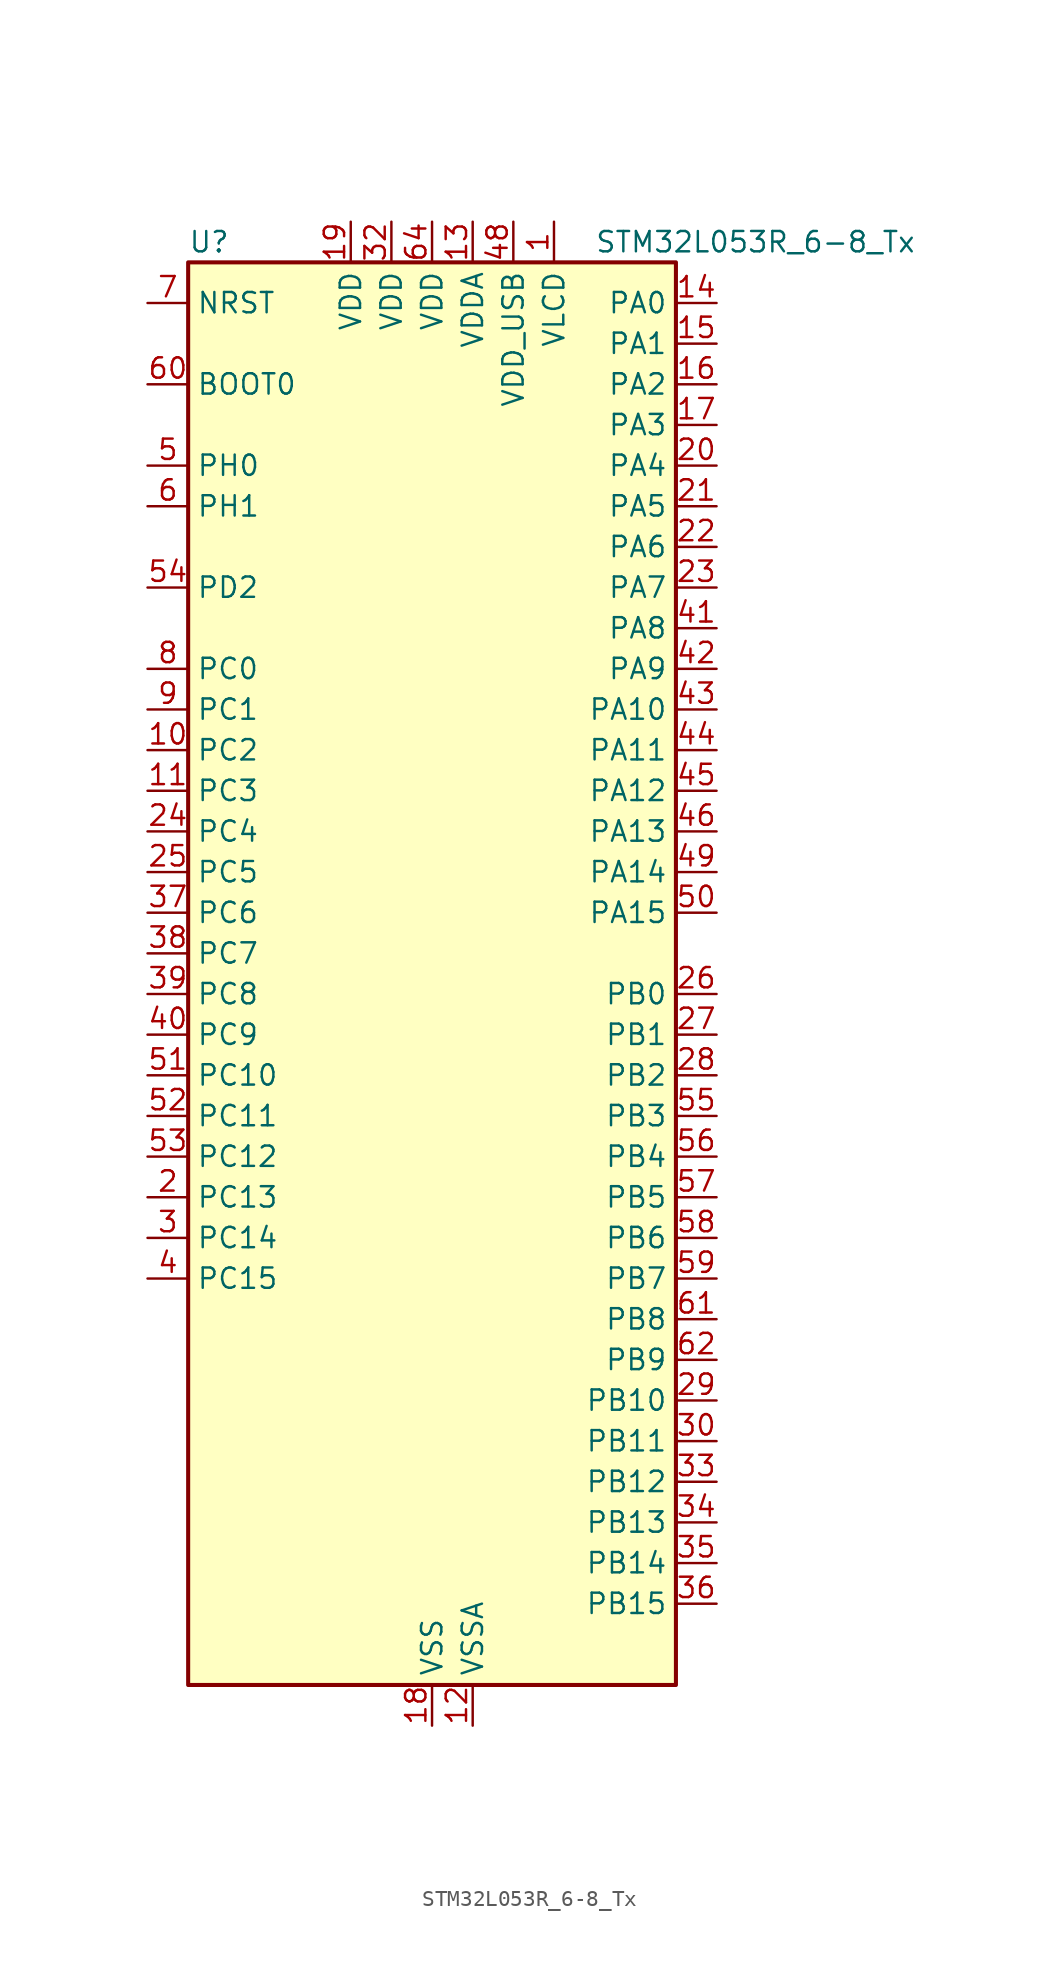
<source format=kicad_sym>
(kicad_symbol_lib
  (version 20231120)
  (generator "kicad_symbol_editor")
  (generator_version "8.0")
  (symbol "STM32L053R_6-8_Tx"
    (property "Reference" "U"
      (at -15.24 46.99 0)
      (effects (font (size 1.27 1.27)) (justify left)))
    (property "Value" "STM32L053R_6-8_Tx"
      (at 10.16 46.99 0)
      (effects (font (size 1.27 1.27)) (justify left)))
    (property "ki_locked" ""
      (at 0 0 0)
      (effects (font (size 1.27 1.27))))
    (symbol "STM32L053R_6-8_Tx_0_1"
      (rectangle (start -15.24 -43.18) (end 15.24 45.72) (stroke (width 0.254) (type default)) (fill (type background))))
    (symbol "STM32L053R_6-8_Tx_1_1"
      (pin power_in line (at 7.62 48.26 270) (length 2.54) (name "VLCD" (effects (font (size 1.27 1.27)))) (number "1" (effects (font (size 1.27 1.27)))))
      (pin bidirectional line (at -17.78 15.24 0) (length 2.54) (name "PC2" (effects (font (size 1.27 1.27)))) (number "10" (effects (font (size 1.27 1.27)))) (alternate "ADC_IN12" bidirectional line) (alternate "I2S2_MCK" bidirectional line) (alternate "LCD_SEG20" bidirectional line) (alternate "LPTIM1_IN2" bidirectional line) (alternate "SPI2_MISO" bidirectional line) (alternate "TSC_G7_IO3" bidirectional line))
      (pin bidirectional line (at -17.78 12.7 0) (length 2.54) (name "PC3" (effects (font (size 1.27 1.27)))) (number "11" (effects (font (size 1.27 1.27)))) (alternate "ADC_IN13" bidirectional line) (alternate "I2S2_SD" bidirectional line) (alternate "LCD_SEG21" bidirectional line) (alternate "LPTIM1_ETR" bidirectional line) (alternate "SPI2_MOSI" bidirectional line) (alternate "TSC_G7_IO4" bidirectional line))
      (pin power_in line (at 2.54 -45.72 90) (length 2.54) (name "VSSA" (effects (font (size 1.27 1.27)))) (number "12" (effects (font (size 1.27 1.27)))))
      (pin power_in line (at 2.54 48.26 270) (length 2.54) (name "VDDA" (effects (font (size 1.27 1.27)))) (number "13" (effects (font (size 1.27 1.27)))))
      (pin bidirectional line (at 17.78 43.18 180) (length 2.54) (name "PA0" (effects (font (size 1.27 1.27)))) (number "14" (effects (font (size 1.27 1.27)))) (alternate "ADC_IN0" bidirectional line) (alternate "COMP1_INM" bidirectional line) (alternate "COMP1_OUT" bidirectional line) (alternate "RTC_TAMP2" bidirectional line) (alternate "SYS_WKUP1" bidirectional line) (alternate "TIM2_CH1" bidirectional line) (alternate "TIM2_ETR" bidirectional line) (alternate "TSC_G1_IO1" bidirectional line) (alternate "USART2_CTS" bidirectional line))
      (pin bidirectional line (at 17.78 40.64 180) (length 2.54) (name "PA1" (effects (font (size 1.27 1.27)))) (number "15" (effects (font (size 1.27 1.27)))) (alternate "ADC_IN1" bidirectional line) (alternate "COMP1_INP" bidirectional line) (alternate "LCD_SEG0" bidirectional line) (alternate "TIM21_ETR" bidirectional line) (alternate "TIM2_CH2" bidirectional line) (alternate "TSC_G1_IO2" bidirectional line) (alternate "USART2_DE" bidirectional line) (alternate "USART2_RTS" bidirectional line))
      (pin bidirectional line (at 17.78 38.1 180) (length 2.54) (name "PA2" (effects (font (size 1.27 1.27)))) (number "16" (effects (font (size 1.27 1.27)))) (alternate "ADC_IN2" bidirectional line) (alternate "COMP2_INM" bidirectional line) (alternate "COMP2_OUT" bidirectional line) (alternate "LCD_SEG1" bidirectional line) (alternate "TIM21_CH1" bidirectional line) (alternate "TIM2_CH3" bidirectional line) (alternate "TSC_G1_IO3" bidirectional line) (alternate "USART2_TX" bidirectional line))
      (pin bidirectional line (at 17.78 35.56 180) (length 2.54) (name "PA3" (effects (font (size 1.27 1.27)))) (number "17" (effects (font (size 1.27 1.27)))) (alternate "ADC_IN3" bidirectional line) (alternate "COMP2_INP" bidirectional line) (alternate "LCD_SEG2" bidirectional line) (alternate "TIM21_CH2" bidirectional line) (alternate "TIM2_CH4" bidirectional line) (alternate "TSC_G1_IO4" bidirectional line) (alternate "USART2_RX" bidirectional line))
      (pin power_in line (at 0 -45.72 90) (length 2.54) (name "VSS" (effects (font (size 1.27 1.27)))) (number "18" (effects (font (size 1.27 1.27)))))
      (pin power_in line (at -5.08 48.26 270) (length 2.54) (name "VDD" (effects (font (size 1.27 1.27)))) (number "19" (effects (font (size 1.27 1.27)))))
      (pin bidirectional line (at -17.78 -12.7 0) (length 2.54) (name "PC13" (effects (font (size 1.27 1.27)))) (number "2" (effects (font (size 1.27 1.27)))) (alternate "RTC_OUT_ALARM" bidirectional line) (alternate "RTC_OUT_CALIB" bidirectional line) (alternate "RTC_TAMP1" bidirectional line) (alternate "RTC_TS" bidirectional line) (alternate "SYS_WKUP2" bidirectional line))
      (pin bidirectional line (at 17.78 33.02 180) (length 2.54) (name "PA4" (effects (font (size 1.27 1.27)))) (number "20" (effects (font (size 1.27 1.27)))) (alternate "ADC_IN4" bidirectional line) (alternate "COMP1_INM" bidirectional line) (alternate "COMP2_INM" bidirectional line) (alternate "DAC_OUT1" bidirectional line) (alternate "SPI1_NSS" bidirectional line) (alternate "TIM22_ETR" bidirectional line) (alternate "TSC_G2_IO1" bidirectional line) (alternate "USART2_CK" bidirectional line))
      (pin bidirectional line (at 17.78 30.48 180) (length 2.54) (name "PA5" (effects (font (size 1.27 1.27)))) (number "21" (effects (font (size 1.27 1.27)))) (alternate "ADC_IN5" bidirectional line) (alternate "COMP1_INM" bidirectional line) (alternate "COMP2_INM" bidirectional line) (alternate "SPI1_SCK" bidirectional line) (alternate "TIM2_CH1" bidirectional line) (alternate "TIM2_ETR" bidirectional line) (alternate "TSC_G2_IO2" bidirectional line))
      (pin bidirectional line (at 17.78 27.94 180) (length 2.54) (name "PA6" (effects (font (size 1.27 1.27)))) (number "22" (effects (font (size 1.27 1.27)))) (alternate "ADC_IN6" bidirectional line) (alternate "COMP1_OUT" bidirectional line) (alternate "LCD_SEG3" bidirectional line) (alternate "LPUART1_CTS" bidirectional line) (alternate "SPI1_MISO" bidirectional line) (alternate "TIM22_CH1" bidirectional line) (alternate "TSC_G2_IO3" bidirectional line))
      (pin bidirectional line (at 17.78 25.4 180) (length 2.54) (name "PA7" (effects (font (size 1.27 1.27)))) (number "23" (effects (font (size 1.27 1.27)))) (alternate "ADC_IN7" bidirectional line) (alternate "COMP2_OUT" bidirectional line) (alternate "LCD_SEG4" bidirectional line) (alternate "SPI1_MOSI" bidirectional line) (alternate "TIM22_CH2" bidirectional line) (alternate "TSC_G2_IO4" bidirectional line))
      (pin bidirectional line (at -17.78 10.16 0) (length 2.54) (name "PC4" (effects (font (size 1.27 1.27)))) (number "24" (effects (font (size 1.27 1.27)))) (alternate "ADC_IN14" bidirectional line) (alternate "LCD_SEG22" bidirectional line) (alternate "LPUART1_TX" bidirectional line))
      (pin bidirectional line (at -17.78 7.62 0) (length 2.54) (name "PC5" (effects (font (size 1.27 1.27)))) (number "25" (effects (font (size 1.27 1.27)))) (alternate "ADC_IN15" bidirectional line) (alternate "LCD_SEG23" bidirectional line) (alternate "LPUART1_RX" bidirectional line) (alternate "TSC_G3_IO1" bidirectional line))
      (pin bidirectional line (at 17.78 0 180) (length 2.54) (name "PB0" (effects (font (size 1.27 1.27)))) (number "26" (effects (font (size 1.27 1.27)))) (alternate "ADC_IN8" bidirectional line) (alternate "LCD_SEG5" bidirectional line) (alternate "LCD_VLCD3" bidirectional line) (alternate "SYS_VREF_OUT_PB0" bidirectional line) (alternate "TSC_G3_IO2" bidirectional line))
      (pin bidirectional line (at 17.78 -2.54 180) (length 2.54) (name "PB1" (effects (font (size 1.27 1.27)))) (number "27" (effects (font (size 1.27 1.27)))) (alternate "ADC_IN9" bidirectional line) (alternate "LCD_SEG6" bidirectional line) (alternate "LPUART1_DE" bidirectional line) (alternate "LPUART1_RTS" bidirectional line) (alternate "SYS_VREF_OUT_PB1" bidirectional line) (alternate "TSC_G3_IO3" bidirectional line))
      (pin bidirectional line (at 17.78 -5.08 180) (length 2.54) (name "PB2" (effects (font (size 1.27 1.27)))) (number "28" (effects (font (size 1.27 1.27)))) (alternate "LCD_VLCD2" bidirectional line) (alternate "LPTIM1_OUT" bidirectional line) (alternate "TSC_G3_IO4" bidirectional line))
      (pin bidirectional line (at 17.78 -25.4 180) (length 2.54) (name "PB10" (effects (font (size 1.27 1.27)))) (number "29" (effects (font (size 1.27 1.27)))) (alternate "I2C2_SCL" bidirectional line) (alternate "LCD_SEG10" bidirectional line) (alternate "LPUART1_TX" bidirectional line) (alternate "SPI2_SCK" bidirectional line) (alternate "TIM2_CH3" bidirectional line) (alternate "TSC_SYNC" bidirectional line))
      (pin bidirectional line (at -17.78 -15.24 0) (length 2.54) (name "PC14" (effects (font (size 1.27 1.27)))) (number "3" (effects (font (size 1.27 1.27)))) (alternate "RCC_OSC32_IN" bidirectional line))
      (pin bidirectional line (at 17.78 -27.94 180) (length 2.54) (name "PB11" (effects (font (size 1.27 1.27)))) (number "30" (effects (font (size 1.27 1.27)))) (alternate "ADC_EXTI11" bidirectional line) (alternate "I2C2_SDA" bidirectional line) (alternate "LCD_SEG11" bidirectional line) (alternate "LPUART1_RX" bidirectional line) (alternate "TIM2_CH4" bidirectional line) (alternate "TSC_G6_IO1" bidirectional line))
      (pin passive line (at 0 -45.72 90) (length 2.54) hide (name "VSS" (effects (font (size 1.27 1.27)))) (number "31" (effects (font (size 1.27 1.27)))))
      (pin power_in line (at -2.54 48.26 270) (length 2.54) (name "VDD" (effects (font (size 1.27 1.27)))) (number "32" (effects (font (size 1.27 1.27)))))
      (pin bidirectional line (at 17.78 -30.48 180) (length 2.54) (name "PB12" (effects (font (size 1.27 1.27)))) (number "33" (effects (font (size 1.27 1.27)))) (alternate "I2S2_WS" bidirectional line) (alternate "LCD_SEG12" bidirectional line) (alternate "LCD_VLCD1" bidirectional line) (alternate "LPUART1_DE" bidirectional line) (alternate "LPUART1_RTS" bidirectional line) (alternate "SPI2_NSS" bidirectional line) (alternate "TSC_G6_IO2" bidirectional line))
      (pin bidirectional line (at 17.78 -33.02 180) (length 2.54) (name "PB13" (effects (font (size 1.27 1.27)))) (number "34" (effects (font (size 1.27 1.27)))) (alternate "I2C2_SCL" bidirectional line) (alternate "I2S2_CK" bidirectional line) (alternate "LCD_SEG13" bidirectional line) (alternate "LPUART1_CTS" bidirectional line) (alternate "SPI2_SCK" bidirectional line) (alternate "TIM21_CH1" bidirectional line) (alternate "TSC_G6_IO3" bidirectional line))
      (pin bidirectional line (at 17.78 -35.56 180) (length 2.54) (name "PB14" (effects (font (size 1.27 1.27)))) (number "35" (effects (font (size 1.27 1.27)))) (alternate "I2C2_SDA" bidirectional line) (alternate "I2S2_MCK" bidirectional line) (alternate "LCD_SEG14" bidirectional line) (alternate "LPUART1_DE" bidirectional line) (alternate "LPUART1_RTS" bidirectional line) (alternate "RTC_OUT_ALARM" bidirectional line) (alternate "RTC_OUT_CALIB" bidirectional line) (alternate "SPI2_MISO" bidirectional line) (alternate "TIM21_CH2" bidirectional line) (alternate "TSC_G6_IO4" bidirectional line))
      (pin bidirectional line (at 17.78 -38.1 180) (length 2.54) (name "PB15" (effects (font (size 1.27 1.27)))) (number "36" (effects (font (size 1.27 1.27)))) (alternate "I2S2_SD" bidirectional line) (alternate "LCD_SEG15" bidirectional line) (alternate "RTC_REFIN" bidirectional line) (alternate "SPI2_MOSI" bidirectional line))
      (pin bidirectional line (at -17.78 5.08 0) (length 2.54) (name "PC6" (effects (font (size 1.27 1.27)))) (number "37" (effects (font (size 1.27 1.27)))) (alternate "LCD_SEG24" bidirectional line) (alternate "TIM22_CH1" bidirectional line) (alternate "TSC_G8_IO1" bidirectional line))
      (pin bidirectional line (at -17.78 2.54 0) (length 2.54) (name "PC7" (effects (font (size 1.27 1.27)))) (number "38" (effects (font (size 1.27 1.27)))) (alternate "LCD_SEG25" bidirectional line) (alternate "TIM22_CH2" bidirectional line) (alternate "TSC_G8_IO2" bidirectional line))
      (pin bidirectional line (at -17.78 0 0) (length 2.54) (name "PC8" (effects (font (size 1.27 1.27)))) (number "39" (effects (font (size 1.27 1.27)))) (alternate "LCD_SEG26" bidirectional line) (alternate "TIM22_ETR" bidirectional line) (alternate "TSC_G8_IO3" bidirectional line))
      (pin bidirectional line (at -17.78 -17.78 0) (length 2.54) (name "PC15" (effects (font (size 1.27 1.27)))) (number "4" (effects (font (size 1.27 1.27)))) (alternate "RCC_OSC32_OUT" bidirectional line))
      (pin bidirectional line (at -17.78 -2.54 0) (length 2.54) (name "PC9" (effects (font (size 1.27 1.27)))) (number "40" (effects (font (size 1.27 1.27)))) (alternate "DAC_EXTI9" bidirectional line) (alternate "LCD_SEG27" bidirectional line) (alternate "TIM21_ETR" bidirectional line) (alternate "TSC_G8_IO4" bidirectional line) (alternate "USB_NOE" bidirectional line))
      (pin bidirectional line (at 17.78 22.86 180) (length 2.54) (name "PA8" (effects (font (size 1.27 1.27)))) (number "41" (effects (font (size 1.27 1.27)))) (alternate "CRS_SYNC" bidirectional line) (alternate "LCD_COM0" bidirectional line) (alternate "RCC_MCO" bidirectional line) (alternate "USART1_CK" bidirectional line))
      (pin bidirectional line (at 17.78 20.32 180) (length 2.54) (name "PA9" (effects (font (size 1.27 1.27)))) (number "42" (effects (font (size 1.27 1.27)))) (alternate "DAC_EXTI9" bidirectional line) (alternate "LCD_COM1" bidirectional line) (alternate "RCC_MCO" bidirectional line) (alternate "TSC_G4_IO1" bidirectional line) (alternate "USART1_TX" bidirectional line))
      (pin bidirectional line (at 17.78 17.78 180) (length 2.54) (name "PA10" (effects (font (size 1.27 1.27)))) (number "43" (effects (font (size 1.27 1.27)))) (alternate "LCD_COM2" bidirectional line) (alternate "TSC_G4_IO2" bidirectional line) (alternate "USART1_RX" bidirectional line))
      (pin bidirectional line (at 17.78 15.24 180) (length 2.54) (name "PA11" (effects (font (size 1.27 1.27)))) (number "44" (effects (font (size 1.27 1.27)))) (alternate "ADC_EXTI11" bidirectional line) (alternate "COMP1_OUT" bidirectional line) (alternate "SPI1_MISO" bidirectional line) (alternate "TSC_G4_IO3" bidirectional line) (alternate "USART1_CTS" bidirectional line) (alternate "USB_DM" bidirectional line))
      (pin bidirectional line (at 17.78 12.7 180) (length 2.54) (name "PA12" (effects (font (size 1.27 1.27)))) (number "45" (effects (font (size 1.27 1.27)))) (alternate "COMP2_OUT" bidirectional line) (alternate "SPI1_MOSI" bidirectional line) (alternate "TSC_G4_IO4" bidirectional line) (alternate "USART1_DE" bidirectional line) (alternate "USART1_RTS" bidirectional line) (alternate "USB_DP" bidirectional line))
      (pin bidirectional line (at 17.78 10.16 180) (length 2.54) (name "PA13" (effects (font (size 1.27 1.27)))) (number "46" (effects (font (size 1.27 1.27)))) (alternate "SYS_SWDIO" bidirectional line) (alternate "USB_NOE" bidirectional line))
      (pin passive line (at 0 -45.72 90) (length 2.54) hide (name "VSS" (effects (font (size 1.27 1.27)))) (number "47" (effects (font (size 1.27 1.27)))))
      (pin power_in line (at 5.08 48.26 270) (length 2.54) (name "VDD_USB" (effects (font (size 1.27 1.27)))) (number "48" (effects (font (size 1.27 1.27)))))
      (pin bidirectional line (at 17.78 7.62 180) (length 2.54) (name "PA14" (effects (font (size 1.27 1.27)))) (number "49" (effects (font (size 1.27 1.27)))) (alternate "SYS_SWCLK" bidirectional line) (alternate "USART2_TX" bidirectional line))
      (pin bidirectional line (at -17.78 33.02 0) (length 2.54) (name "PH0" (effects (font (size 1.27 1.27)))) (number "5" (effects (font (size 1.27 1.27)))) (alternate "CRS_SYNC" bidirectional line) (alternate "RCC_OSC_IN" bidirectional line))
      (pin bidirectional line (at 17.78 5.08 180) (length 2.54) (name "PA15" (effects (font (size 1.27 1.27)))) (number "50" (effects (font (size 1.27 1.27)))) (alternate "LCD_SEG17" bidirectional line) (alternate "SPI1_NSS" bidirectional line) (alternate "TIM2_CH1" bidirectional line) (alternate "TIM2_ETR" bidirectional line) (alternate "USART2_RX" bidirectional line))
      (pin bidirectional line (at -17.78 -5.08 0) (length 2.54) (name "PC10" (effects (font (size 1.27 1.27)))) (number "51" (effects (font (size 1.27 1.27)))) (alternate "LCD_COM4" bidirectional line) (alternate "LCD_SEG28" bidirectional line) (alternate "LPUART1_TX" bidirectional line))
      (pin bidirectional line (at -17.78 -7.62 0) (length 2.54) (name "PC11" (effects (font (size 1.27 1.27)))) (number "52" (effects (font (size 1.27 1.27)))) (alternate "ADC_EXTI11" bidirectional line) (alternate "LCD_COM5" bidirectional line) (alternate "LCD_SEG29" bidirectional line) (alternate "LPUART1_RX" bidirectional line))
      (pin bidirectional line (at -17.78 -10.16 0) (length 2.54) (name "PC12" (effects (font (size 1.27 1.27)))) (number "53" (effects (font (size 1.27 1.27)))) (alternate "LCD_COM6" bidirectional line) (alternate "LCD_SEG30" bidirectional line))
      (pin bidirectional line (at -17.78 25.4 0) (length 2.54) (name "PD2" (effects (font (size 1.27 1.27)))) (number "54" (effects (font (size 1.27 1.27)))) (alternate "LCD_COM7" bidirectional line) (alternate "LCD_SEG31" bidirectional line) (alternate "LPUART1_DE" bidirectional line) (alternate "LPUART1_RTS" bidirectional line))
      (pin bidirectional line (at 17.78 -7.62 180) (length 2.54) (name "PB3" (effects (font (size 1.27 1.27)))) (number "55" (effects (font (size 1.27 1.27)))) (alternate "COMP2_INM" bidirectional line) (alternate "LCD_SEG7" bidirectional line) (alternate "SPI1_SCK" bidirectional line) (alternate "TIM2_CH2" bidirectional line) (alternate "TSC_G5_IO1" bidirectional line))
      (pin bidirectional line (at 17.78 -10.16 180) (length 2.54) (name "PB4" (effects (font (size 1.27 1.27)))) (number "56" (effects (font (size 1.27 1.27)))) (alternate "COMP2_INP" bidirectional line) (alternate "LCD_SEG8" bidirectional line) (alternate "SPI1_MISO" bidirectional line) (alternate "TIM22_CH1" bidirectional line) (alternate "TSC_G5_IO2" bidirectional line))
      (pin bidirectional line (at 17.78 -12.7 180) (length 2.54) (name "PB5" (effects (font (size 1.27 1.27)))) (number "57" (effects (font (size 1.27 1.27)))) (alternate "COMP2_INP" bidirectional line) (alternate "I2C1_SMBA" bidirectional line) (alternate "LCD_SEG9" bidirectional line) (alternate "LPTIM1_IN1" bidirectional line) (alternate "SPI1_MOSI" bidirectional line) (alternate "TIM22_CH2" bidirectional line))
      (pin bidirectional line (at 17.78 -15.24 180) (length 2.54) (name "PB6" (effects (font (size 1.27 1.27)))) (number "58" (effects (font (size 1.27 1.27)))) (alternate "COMP2_INP" bidirectional line) (alternate "I2C1_SCL" bidirectional line) (alternate "LPTIM1_ETR" bidirectional line) (alternate "TSC_G5_IO3" bidirectional line) (alternate "USART1_TX" bidirectional line))
      (pin bidirectional line (at 17.78 -17.78 180) (length 2.54) (name "PB7" (effects (font (size 1.27 1.27)))) (number "59" (effects (font (size 1.27 1.27)))) (alternate "COMP2_INP" bidirectional line) (alternate "I2C1_SDA" bidirectional line) (alternate "LPTIM1_IN2" bidirectional line) (alternate "SYS_PVD_IN" bidirectional line) (alternate "TSC_G5_IO4" bidirectional line) (alternate "USART1_RX" bidirectional line))
      (pin bidirectional line (at -17.78 30.48 0) (length 2.54) (name "PH1" (effects (font (size 1.27 1.27)))) (number "6" (effects (font (size 1.27 1.27)))) (alternate "RCC_OSC_OUT" bidirectional line))
      (pin input line (at -17.78 38.1 0) (length 2.54) (name "BOOT0" (effects (font (size 1.27 1.27)))) (number "60" (effects (font (size 1.27 1.27)))))
      (pin bidirectional line (at 17.78 -20.32 180) (length 2.54) (name "PB8" (effects (font (size 1.27 1.27)))) (number "61" (effects (font (size 1.27 1.27)))) (alternate "I2C1_SCL" bidirectional line) (alternate "LCD_SEG16" bidirectional line) (alternate "TSC_SYNC" bidirectional line))
      (pin bidirectional line (at 17.78 -22.86 180) (length 2.54) (name "PB9" (effects (font (size 1.27 1.27)))) (number "62" (effects (font (size 1.27 1.27)))) (alternate "DAC_EXTI9" bidirectional line) (alternate "I2C1_SDA" bidirectional line) (alternate "I2S2_WS" bidirectional line) (alternate "LCD_COM3" bidirectional line) (alternate "SPI2_NSS" bidirectional line))
      (pin passive line (at 0 -45.72 90) (length 2.54) hide (name "VSS" (effects (font (size 1.27 1.27)))) (number "63" (effects (font (size 1.27 1.27)))))
      (pin power_in line (at 0 48.26 270) (length 2.54) (name "VDD" (effects (font (size 1.27 1.27)))) (number "64" (effects (font (size 1.27 1.27)))))
      (pin input line (at -17.78 43.18 0) (length 2.54) (name "NRST" (effects (font (size 1.27 1.27)))) (number "7" (effects (font (size 1.27 1.27)))))
      (pin bidirectional line (at -17.78 20.32 0) (length 2.54) (name "PC0" (effects (font (size 1.27 1.27)))) (number "8" (effects (font (size 1.27 1.27)))) (alternate "ADC_IN10" bidirectional line) (alternate "LCD_SEG18" bidirectional line) (alternate "LPTIM1_IN1" bidirectional line) (alternate "TSC_G7_IO1" bidirectional line))
      (pin bidirectional line (at -17.78 17.78 0) (length 2.54) (name "PC1" (effects (font (size 1.27 1.27)))) (number "9" (effects (font (size 1.27 1.27)))) (alternate "ADC_IN11" bidirectional line) (alternate "LCD_SEG19" bidirectional line) (alternate "LPTIM1_OUT" bidirectional line) (alternate "TSC_G7_IO2" bidirectional line)))))
</source>
